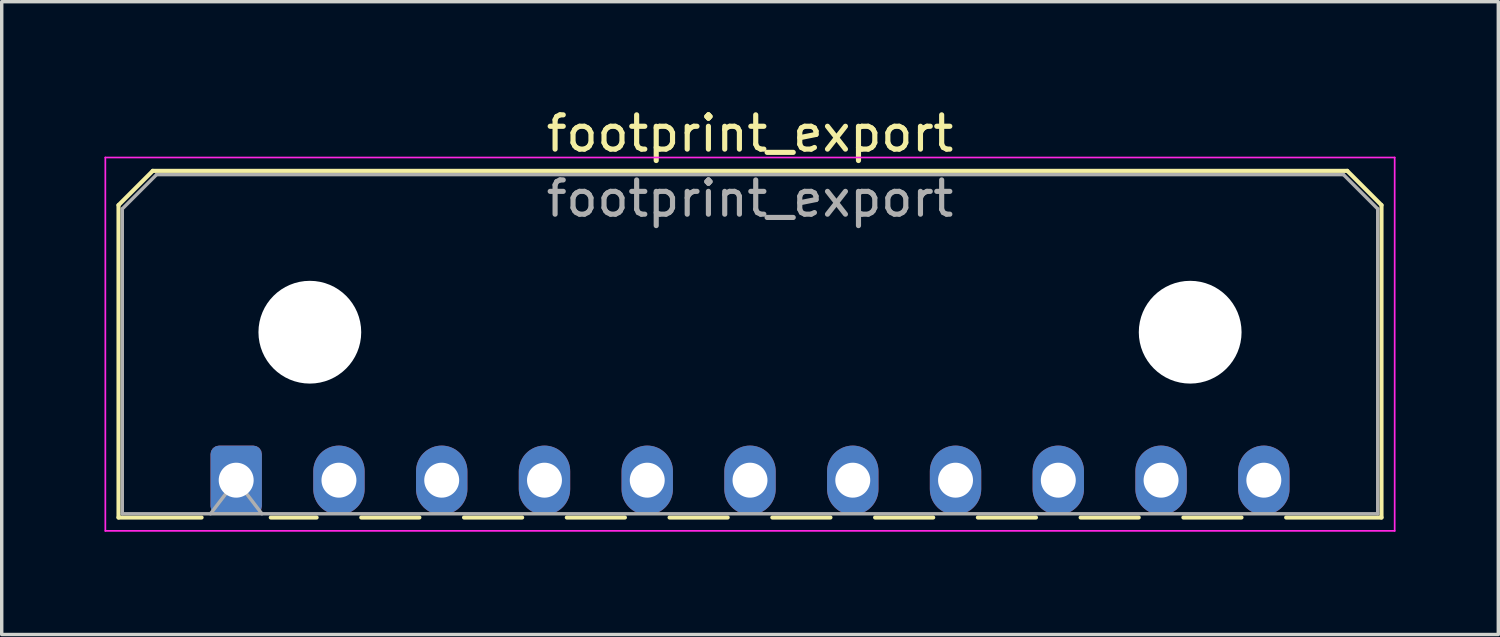
<source format=kicad_pcb>
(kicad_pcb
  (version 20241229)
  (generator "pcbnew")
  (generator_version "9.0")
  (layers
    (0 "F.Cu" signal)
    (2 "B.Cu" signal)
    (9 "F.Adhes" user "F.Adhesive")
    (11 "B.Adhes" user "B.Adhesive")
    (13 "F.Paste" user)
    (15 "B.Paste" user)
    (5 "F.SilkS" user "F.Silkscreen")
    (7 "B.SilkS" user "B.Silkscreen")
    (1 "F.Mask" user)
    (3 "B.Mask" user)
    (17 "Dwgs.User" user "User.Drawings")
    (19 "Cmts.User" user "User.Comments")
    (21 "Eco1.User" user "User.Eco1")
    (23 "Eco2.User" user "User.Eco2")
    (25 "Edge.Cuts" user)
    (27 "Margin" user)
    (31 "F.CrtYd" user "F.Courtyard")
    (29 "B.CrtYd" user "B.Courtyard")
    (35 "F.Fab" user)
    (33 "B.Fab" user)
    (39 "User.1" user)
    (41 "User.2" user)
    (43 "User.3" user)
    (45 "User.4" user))
  (footprint "footprint_export"
    (layer "F.Cu")
    (at 3.845 10.968)
    (property "Reference" "footprint_export" (at 15 -10.12 0) (layer "F.SilkS") (effects (font (size 1 1) (thickness 0.15))))
    (attr through_hole)
    (fp_line (start -3.435 -8.03) (end -2.435 -9.03) (stroke (width 0.12) (type solid)) (layer "F.SilkS"))
    (fp_line (start -3.435 1.09) (end -3.435 -8.03) (stroke (width 0.12) (type solid)) (layer "F.SilkS"))
    (fp_line (start -3.435 1.09) (end -1.01 1.09) (stroke (width 0.12) (type solid)) (layer "F.SilkS"))
    (fp_line (start -2.435 -9.03) (end 32.435 -9.03) (stroke (width 0.12) (type solid)) (layer "F.SilkS"))
    (fp_line (start 1.01 1.09) (end 2.348 1.09) (stroke (width 0.12) (type solid)) (layer "F.SilkS"))
    (fp_line (start 3.652 1.09) (end 5.348 1.09) (stroke (width 0.12) (type solid)) (layer "F.SilkS"))
    (fp_line (start 6.652 1.09) (end 8.348 1.09) (stroke (width 0.12) (type solid)) (layer "F.SilkS"))
    (fp_line (start 9.652 1.09) (end 11.348 1.09) (stroke (width 0.12) (type solid)) (layer "F.SilkS"))
    (fp_line (start 12.652 1.09) (end 14.348 1.09) (stroke (width 0.12) (type solid)) (layer "F.SilkS"))
    (fp_line (start 15.652 1.09) (end 17.348 1.09) (stroke (width 0.12) (type solid)) (layer "F.SilkS"))
    (fp_line (start 18.652 1.09) (end 20.348 1.09) (stroke (width 0.12) (type solid)) (layer "F.SilkS"))
    (fp_line (start 21.652 1.09) (end 23.348 1.09) (stroke (width 0.12) (type solid)) (layer "F.SilkS"))
    (fp_line (start 24.652 1.09) (end 26.348 1.09) (stroke (width 0.12) (type solid)) (layer "F.SilkS"))
    (fp_line (start 27.652 1.09) (end 29.348 1.09) (stroke (width 0.12) (type solid)) (layer "F.SilkS"))
    (fp_line (start 32.435 -9.03) (end 33.435 -8.03) (stroke (width 0.12) (type solid)) (layer "F.SilkS"))
    (fp_line (start 33.435 -8.03) (end 33.435 1.09) (stroke (width 0.12) (type solid)) (layer "F.SilkS"))
    (fp_line (start 33.435 1.09) (end 30.652 1.09) (stroke (width 0.12) (type solid)) (layer "F.SilkS"))
    (fp_line (start -3.82 -9.42) (end 33.82 -9.42) (stroke (width 0.05) (type solid)) (layer "F.CrtYd"))
    (fp_line (start -3.82 1.48) (end -3.82 -9.42) (stroke (width 0.05) (type solid)) (layer "F.CrtYd"))
    (fp_line (start 33.82 -9.42) (end 33.82 1.48) (stroke (width 0.05) (type solid)) (layer "F.CrtYd"))
    (fp_line (start 33.82 1.48) (end -3.82 1.48) (stroke (width 0.05) (type solid)) (layer "F.CrtYd"))
    (fp_line (start -3.325 -7.92) (end -2.325 -8.92) (stroke (width 0.1) (type solid)) (layer "F.Fab"))
    (fp_line (start -3.325 0.98) (end -3.325 -7.92) (stroke (width 0.1) (type solid)) (layer "F.Fab"))
    (fp_line (start -2.325 -8.92) (end 32.325 -8.92) (stroke (width 0.1) (type solid)) (layer "F.Fab"))
    (fp_line (start -0.75 0.98) (end 0 0) (stroke (width 0.1) (type solid)) (layer "F.Fab"))
    (fp_line (start 0 0) (end 0.75 0.98) (stroke (width 0.1) (type solid)) (layer "F.Fab"))
    (fp_line (start 32.325 -8.92) (end 33.325 -7.92) (stroke (width 0.1) (type solid)) (layer "F.Fab"))
    (fp_line (start 33.325 -7.92) (end 33.325 0.98) (stroke (width 0.1) (type solid)) (layer "F.Fab"))
    (fp_line (start 33.325 0.98) (end -3.325 0.98) (stroke (width 0.1) (type solid)) (layer "F.Fab"))
    (fp_text user "${REFERENCE}" (at 15 -8.22 0) (layer "F.Fab") (effects (font (size 1 1) (thickness 0.15))))
    (pad "" np_thru_hole circle (at 2.15 -4.32) (size 3 3) (drill 3) (layers "*.Cu" "*.Mask"))
    (pad "" np_thru_hole circle (at 27.85 -4.32) (size 3 3) (drill 3) (layers "*.Cu" "*.Mask"))
    (pad "1" thru_hole roundrect (at 0 0) (size 1.5 2.02) (drill 1.02) (layers "*.Cu" "*.Mask") (roundrect_rratio 0.167))
    (pad "2" thru_hole oval (at 3 0) (size 1.5 2.02) (drill 1.02) (layers "*.Cu" "*.Mask"))
    (pad "3" thru_hole oval (at 6 0) (size 1.5 2.02) (drill 1.02) (layers "*.Cu" "*.Mask"))
    (pad "4" thru_hole oval (at 9 0) (size 1.5 2.02) (drill 1.02) (layers "*.Cu" "*.Mask"))
    (pad "5" thru_hole oval (at 12 0) (size 1.5 2.02) (drill 1.02) (layers "*.Cu" "*.Mask"))
    (pad "6" thru_hole oval (at 15 0) (size 1.5 2.02) (drill 1.02) (layers "*.Cu" "*.Mask"))
    (pad "7" thru_hole oval (at 18 0) (size 1.5 2.02) (drill 1.02) (layers "*.Cu" "*.Mask"))
    (pad "8" thru_hole oval (at 21 0) (size 1.5 2.02) (drill 1.02) (layers "*.Cu" "*.Mask"))
    (pad "9" thru_hole oval (at 24 0) (size 1.5 2.02) (drill 1.02) (layers "*.Cu" "*.Mask"))
    (pad "10" thru_hole oval (at 27 0) (size 1.5 2.02) (drill 1.02) (layers "*.Cu" "*.Mask"))
    (pad "11" thru_hole oval (at 30 0) (size 1.5 2.02) (drill 1.02) (layers "*.Cu" "*.Mask")))
  (gr_rect
    (start -3 -3)
    (end 40.69 15.473)
    (stroke (width 0.1) (type default))
    (fill no)
    (layer "Edge.Cuts")))
</source>
